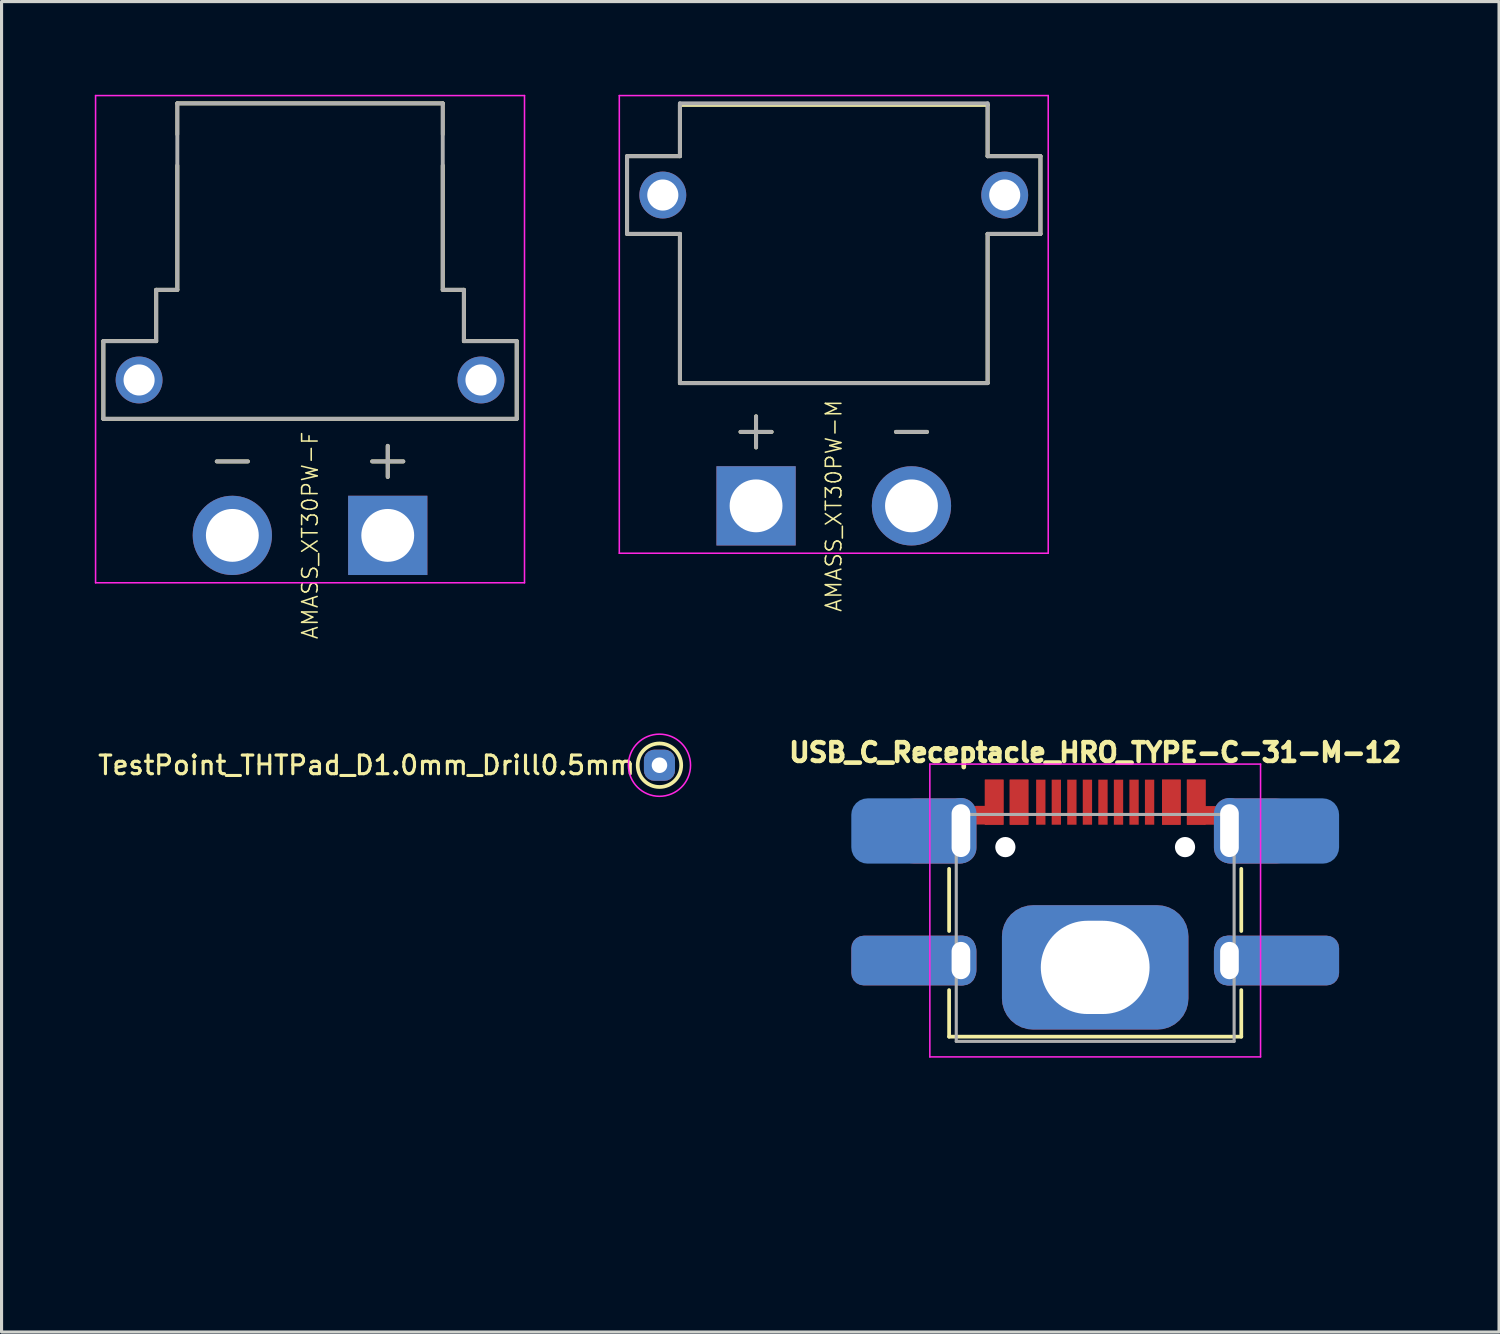
<source format=kicad_pcb>
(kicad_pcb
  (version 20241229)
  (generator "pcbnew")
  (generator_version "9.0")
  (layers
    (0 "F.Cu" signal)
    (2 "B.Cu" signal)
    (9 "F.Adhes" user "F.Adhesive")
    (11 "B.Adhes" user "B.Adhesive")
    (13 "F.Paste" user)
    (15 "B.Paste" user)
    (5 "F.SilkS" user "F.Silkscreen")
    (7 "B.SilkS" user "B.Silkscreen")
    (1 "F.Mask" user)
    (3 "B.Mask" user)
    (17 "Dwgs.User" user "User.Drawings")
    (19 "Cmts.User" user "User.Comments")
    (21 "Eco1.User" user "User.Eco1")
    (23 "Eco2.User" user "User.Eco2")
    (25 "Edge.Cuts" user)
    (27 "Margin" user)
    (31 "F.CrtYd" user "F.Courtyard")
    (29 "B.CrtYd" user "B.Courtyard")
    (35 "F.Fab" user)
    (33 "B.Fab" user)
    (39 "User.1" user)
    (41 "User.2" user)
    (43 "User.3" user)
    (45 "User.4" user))
  (footprint "TestPoint_THTPad_D1.0mm_Drill0.5mm"
    (layer "F.Cu")
    (at 18.167 21.57)
    (property "Reference" "TestPoint_THTPad_D1.0mm_Drill0.5mm" (at -0.73 0 0) (layer "F.SilkS") (effects (font (size 0.6 0.6) (thickness 0.1)) (justify right)))
    (attr exclude_from_pos_files exclude_from_bom)
    (fp_circle (center 0 0) (end 0 0.7) (stroke (width 0.12) (type solid)) (fill no) (layer "F.SilkS"))
    (fp_circle (center 0 0) (end 1 0) (stroke (width 0.05) (type solid)) (fill no) (layer "F.CrtYd"))
    (pad "1" thru_hole roundrect (at 0 0) (size 1 1) (drill 0.5) (layers "*.Cu" "*.Mask") (roundrect_rratio 0.33)))
  (footprint "USB_C_Receptacle_HRO_TYPE-C-31-M-12"
    (layer "F.Cu")
    (at 32.186 26.804)
    (property "Reference" "USB_C_Receptacle_HRO_TYPE-C-31-M-12" (at 0 -5.645 0) (layer "F.SilkS") (effects (font (size 0.6 0.6) (thickness 0.15))))
    (attr smd)
    (fp_line (start -4.7 -1.9) (end -4.7 0.1) (stroke (width 0.12) (type solid)) (layer "F.SilkS"))
    (fp_line (start -4.7 2) (end -4.7 3.5) (stroke (width 0.12) (type solid)) (layer "F.SilkS"))
    (fp_line (start -4.7 3.5) (end 4.7 3.5) (stroke (width 0.12) (type solid)) (layer "F.SilkS"))
    (fp_line (start 4.7 -1.9) (end 4.7 0.1) (stroke (width 0.12) (type solid)) (layer "F.SilkS"))
    (fp_line (start 4.7 2) (end 4.7 3.5) (stroke (width 0.12) (type solid)) (layer "F.SilkS"))
    (fp_line (start -5.32 -5.27) (end -5.32 4.15) (stroke (width 0.05) (type solid)) (layer "F.CrtYd"))
    (fp_line (start -5.32 -5.27) (end 5.32 -5.27) (stroke (width 0.05) (type solid)) (layer "F.CrtYd"))
    (fp_line (start -5.32 4.15) (end 5.32 4.15) (stroke (width 0.05) (type solid)) (layer "F.CrtYd"))
    (fp_line (start 5.32 -5.27) (end 5.32 4.15) (stroke (width 0.05) (type solid)) (layer "F.CrtYd"))
    (fp_line (start -4.47 -3.65) (end -4.47 3.65) (stroke (width 0.1) (type solid)) (layer "F.Fab"))
    (fp_line (start -4.47 -3.65) (end 4.47 -3.65) (stroke (width 0.1) (type solid)) (layer "F.Fab"))
    (fp_line (start -4.47 3.65) (end 4.47 3.65) (stroke (width 0.1) (type solid)) (layer "F.Fab"))
    (fp_line (start 4.47 -3.65) (end 4.47 3.65) (stroke (width 0.1) (type solid)) (layer "F.Fab"))
    (fp_line (start -7.5 3.6) (end -2.5 8.6) (stroke (width 0.12) (type solid)) (layer "User.1"))
    (fp_line (start 0 -6.086) (end 0 7.884) (stroke (width 0.12) (type solid)) (layer "User.1"))
    (fp_line (start 8 3.6) (end -7.5 3.6) (stroke (width 0.12) (type solid)) (layer "User.1"))
    (fp_text user "Board Edge" (at -4 6.1 315) (unlocked yes) (layer "User.1") (effects (font (size 0.6 0.6) (thickness 0.1))))
    (fp_text user "CL" (at 0 6.614 270) (unlocked yes) (layer "User.1") (effects (font (size 0.6 0.6) (thickness 0.1))))
    (fp_text user "V 3.6" (at 0 9.154 180) (unlocked yes) (layer "User.1") (effects (font (size 1 1) (thickness 0.15))))
    (pad "A1" smd rect (at -3.25 -4.045) (size 0.6 1.45) (layers "F.Cu" "F.Mask" "F.Paste"))
    (pad "A4" smd rect (at -2.45 -4.045) (size 0.6 1.45) (layers "F.Cu" "F.Mask" "F.Paste"))
    (pad "A5" smd rect (at -1.25 -4.045) (size 0.3 1.45) (layers "F.Cu" "F.Mask" "F.Paste"))
    (pad "A6" smd rect (at -0.25 -4.045) (size 0.3 1.45) (layers "F.Cu" "F.Mask" "F.Paste"))
    (pad "A7" smd rect (at 0.25 -4.045) (size 0.3 1.45) (layers "F.Cu" "F.Mask" "F.Paste"))
    (pad "A8" smd rect (at 1.25 -4.045) (size 0.3 1.45) (layers "F.Cu" "F.Mask" "F.Paste"))
    (pad "A9" smd rect (at 2.45 -4.045) (size 0.6 1.45) (layers "F.Cu" "F.Mask" "F.Paste"))
    (pad "A9" thru_hole circle (at 2.89 -2.6) (size 0.75 0.75) (drill 0.65) (layers "*.Cu" "*.Mask") (remove_unused_layers yes) (zone_layer_connections))
    (pad "A12" smd rect (at 3.25 -4.045) (size 0.6 1.45) (layers "F.Cu" "F.Mask" "F.Paste"))
    (pad "B1" smd rect (at 3.25 -4.045) (size 0.6 1.45) (layers "F.Cu" "F.Mask" "F.Paste"))
    (pad "B4" smd rect (at 2.45 -4.045) (size 0.6 1.45) (layers "F.Cu" "F.Mask" "F.Paste"))
    (pad "B5" smd rect (at 1.75 -4.045) (size 0.3 1.45) (layers "F.Cu" "F.Mask" "F.Paste"))
    (pad "B6" smd rect (at 0.75 -4.045) (size 0.3 1.45) (layers "F.Cu" "F.Mask" "F.Paste"))
    (pad "B7" smd rect (at -0.75 -4.045) (size 0.3 1.45) (layers "F.Cu" "F.Mask" "F.Paste"))
    (pad "B8" smd rect (at -1.75 -4.045) (size 0.3 1.45) (layers "F.Cu" "F.Mask" "F.Paste"))
    (pad "B9" thru_hole circle (at -2.89 -2.6) (size 0.75 0.75) (drill 0.65) (layers "*.Cu" "*.Mask") (remove_unused_layers yes) (zone_layer_connections))
    (pad "B9" smd rect (at -2.45 -4.045) (size 0.6 1.45) (layers "F.Cu" "F.Mask" "F.Paste"))
    (pad "B12" smd rect (at -3.25 -4.045) (size 0.6 1.45) (layers "F.Cu" "F.Mask" "F.Paste"))
    (pad "S1" smd roundrect (at -5.847 -3.118) (size 4 2.1) (layers "B.Cu" "B.Mask" "B.Paste") (roundrect_rratio 0.25))
    (pad "S1" smd roundrect (at -5.847 1.05) (size 4 1.6) (layers "F.Cu" "F.Mask" "F.Paste") (roundrect_rratio 0.25))
    (pad "S1" smd roundrect (at -5.847 1.05) (size 4 1.6) (layers "B.Cu" "B.Mask" "B.Paste") (roundrect_rratio 0.25))
    (pad "S1" smd roundrect (at -5.097 -3.118) (size 2.5 2.1) (layers "F.Cu" "F.Mask" "F.Paste") (roundrect_rratio 0.25))
    (pad "S1" thru_hole oval (at -4.32 -3.13) (size 1 2.1) (drill oval 0.6 1.7) (layers "*.Cu" "*.Mask"))
    (pad "S1" thru_hole oval (at -4.32 1.05) (size 1 1.6) (drill oval 0.6 1.2) (layers "*.Cu" "*.Mask"))
    (pad "S1" smd roundrect (at -3.679 -3.626) (size 0.6 0.6) (layers "F.Cu" "F.Mask" "F.Paste") (roundrect_rratio 0.25))
    (pad "S1" thru_hole roundrect (at 0 1.27 180) (size 6 4) (drill oval 3.5 3) (layers "*.Cu" "*.Mask") (roundrect_rratio 0.25))
    (pad "S1" smd roundrect (at 3.707 -3.62) (size 0.6 0.6) (layers "F.Cu" "F.Mask" "F.Paste") (roundrect_rratio 0.25))
    (pad "S1" thru_hole oval (at 4.32 -3.13) (size 1 2.1) (drill oval 0.6 1.7) (layers "*.Cu" "*.Mask"))
    (pad "S1" thru_hole oval (at 4.32 1.05) (size 1 1.6) (drill oval 0.6 1.2) (layers "*.Cu" "*.Mask"))
    (pad "S1" smd roundrect (at 5.097 -3.118) (size 2.5 2.1) (layers "F.Cu" "F.Mask" "F.Paste") (roundrect_rratio 0.25))
    (pad "S1" smd roundrect (at 5.847 -3.118) (size 4 2.1) (layers "B.Cu" "B.Mask" "B.Paste") (roundrect_rratio 0.25))
    (pad "S1" smd roundrect (at 5.847 1.05) (size 4 1.6) (layers "F.Cu" "F.Mask" "F.Paste") (roundrect_rratio 0.25))
    (pad "S1" smd roundrect (at 5.847 1.05) (size 4 1.6) (layers "B.Cu" "B.Mask" "B.Paste") (roundrect_rratio 0.25)))
  (footprint "AMASS_XT30PW-M"
    (layer "F.Cu")
    (at 23.775 3.225)
    (property "Reference" "AMASS_XT30PW-M" (at 0 10 90) (layer "F.SilkS") (effects (font (size 0.5 0.5) (thickness 0.05))))
    (attr through_hole)
    (fp_line (start -6.65 -1.25) (end -4.95 -1.25) (stroke (width 0.127) (type solid)) (layer "F.SilkS"))
    (fp_line (start -6.65 1.25) (end -6.65 -1.25) (stroke (width 0.127) (type solid)) (layer "F.SilkS"))
    (fp_line (start -4.95 -2.9) (end 4.95 -2.9) (stroke (width 0.127) (type solid)) (layer "F.SilkS"))
    (fp_line (start -4.95 -1.25) (end -4.95 -2.9) (stroke (width 0.127) (type solid)) (layer "F.SilkS"))
    (fp_line (start -4.95 1.25) (end -6.65 1.25) (stroke (width 0.127) (type solid)) (layer "F.SilkS"))
    (fp_line (start -4.95 6.05) (end -4.95 1.25) (stroke (width 0.127) (type solid)) (layer "F.SilkS"))
    (fp_line (start -3 7.62) (end -2 7.62) (stroke (width 0.127) (type solid)) (layer "F.SilkS"))
    (fp_line (start -2.5 8.12) (end -2.5 7.12) (stroke (width 0.127) (type solid)) (layer "F.SilkS"))
    (fp_line (start 2 7.62) (end 3 7.62) (stroke (width 0.127) (type solid)) (layer "F.SilkS"))
    (fp_line (start 4.95 -2.9) (end 4.95 -1.25) (stroke (width 0.127) (type solid)) (layer "F.SilkS"))
    (fp_line (start 4.95 -1.25) (end 6.65 -1.25) (stroke (width 0.127) (type solid)) (layer "F.SilkS"))
    (fp_line (start 4.95 1.25) (end 4.95 6.05) (stroke (width 0.127) (type solid)) (layer "F.SilkS"))
    (fp_line (start 4.95 6.05) (end -4.95 6.05) (stroke (width 0.127) (type solid)) (layer "F.SilkS"))
    (fp_line (start 6.65 -1.25) (end 6.65 1.25) (stroke (width 0.127) (type solid)) (layer "F.SilkS"))
    (fp_line (start 6.65 1.25) (end 4.95 1.25) (stroke (width 0.127) (type solid)) (layer "F.SilkS"))
    (fp_line (start -6.9 -3.2) (end -6.9 11.525) (stroke (width 0.05) (type solid)) (layer "F.CrtYd"))
    (fp_line (start -6.9 11.525) (end 6.9 11.525) (stroke (width 0.05) (type solid)) (layer "F.CrtYd"))
    (fp_line (start 6.9 -3.2) (end -6.9 -3.2) (stroke (width 0.05) (type solid)) (layer "F.CrtYd"))
    (fp_line (start 6.9 11.525) (end 6.9 -3.2) (stroke (width 0.05) (type solid)) (layer "F.CrtYd"))
    (fp_line (start -6.65 -1.25) (end -4.95 -1.25) (stroke (width 0.127) (type solid)) (layer "F.Fab"))
    (fp_line (start -6.65 1.25) (end -6.65 -1.25) (stroke (width 0.127) (type solid)) (layer "F.Fab"))
    (fp_line (start -4.95 -2.95) (end 4.95 -2.95) (stroke (width 0.127) (type solid)) (layer "F.Fab"))
    (fp_line (start -4.95 -1.25) (end -4.95 -2.95) (stroke (width 0.127) (type solid)) (layer "F.Fab"))
    (fp_line (start -4.95 1.25) (end -6.65 1.25) (stroke (width 0.127) (type solid)) (layer "F.Fab"))
    (fp_line (start -4.95 6.05) (end -4.95 1.25) (stroke (width 0.127) (type solid)) (layer "F.Fab"))
    (fp_line (start -3 7.62) (end -2 7.62) (stroke (width 0.127) (type solid)) (layer "F.Fab"))
    (fp_line (start -2.5 8.12) (end -2.5 7.12) (stroke (width 0.127) (type solid)) (layer "F.Fab"))
    (fp_line (start 2 7.62) (end 3 7.62) (stroke (width 0.127) (type solid)) (layer "F.Fab"))
    (fp_line (start 4.95 -2.95) (end 4.95 -1.25) (stroke (width 0.127) (type solid)) (layer "F.Fab"))
    (fp_line (start 4.95 -1.25) (end 6.65 -1.25) (stroke (width 0.127) (type solid)) (layer "F.Fab"))
    (fp_line (start 4.95 1.25) (end 4.95 6.05) (stroke (width 0.127) (type solid)) (layer "F.Fab"))
    (fp_line (start 4.95 6.05) (end -4.95 6.05) (stroke (width 0.127) (type solid)) (layer "F.Fab"))
    (fp_line (start 6.65 -1.25) (end 6.65 1.25) (stroke (width 0.127) (type solid)) (layer "F.Fab"))
    (fp_line (start 6.65 1.25) (end 4.95 1.25) (stroke (width 0.127) (type solid)) (layer "F.Fab"))
    (pad "1" thru_hole rect (at -2.5 10) (size 2.55 2.55) (drill 1.7) (layers "*.Cu" "*.Mask"))
    (pad "2" thru_hole circle (at 2.5 10) (size 2.55 2.55) (drill 1.7) (layers "*.Cu" "*.Mask"))
    (pad "3" thru_hole circle (at -5.5 0) (size 1.508 1.508) (drill 1) (layers "*.Cu" "*.Mask"))
    (pad "4" thru_hole circle (at 5.5 0) (size 1.508 1.508) (drill 1) (layers "*.Cu" "*.Mask")))
  (footprint "AMASS_XT30PW-F"
    (layer "F.Cu")
    (at 6.925 9.175)
    (property "Reference" "AMASS_XT30PW-F" (at 0 5 90) (layer "F.SilkS") (effects (font (size 0.5 0.5) (thickness 0.05))))
    (attr through_hole)
    (fp_line (start -6.65 -1.25) (end -4.95 -1.25) (stroke (width 0.127) (type solid)) (layer "F.SilkS"))
    (fp_line (start -6.65 1.25) (end -6.65 -1.25) (stroke (width 0.127) (type solid)) (layer "F.SilkS"))
    (fp_line (start -4.95 -2.9) (end -4.27 -2.9) (stroke (width 0.127) (type solid)) (layer "F.SilkS"))
    (fp_line (start -4.95 -1.25) (end -4.95 -2.9) (stroke (width 0.127) (type solid)) (layer "F.SilkS"))
    (fp_line (start -4.27 -8.9) (end -4.27 -7.9) (stroke (width 0.12) (type solid)) (layer "F.SilkS"))
    (fp_line (start -4.27 -8.9) (end 4.27 -8.9) (stroke (width 0.127) (type solid)) (layer "F.SilkS"))
    (fp_line (start -4.27 -2.9) (end -4.27 -6.9) (stroke (width 0.127) (type solid)) (layer "F.SilkS"))
    (fp_line (start -3 2.62) (end -2 2.62) (stroke (width 0.127) (type solid)) (layer "F.SilkS"))
    (fp_line (start 2 2.62) (end 3 2.62) (stroke (width 0.127) (type solid)) (layer "F.SilkS"))
    (fp_line (start 2.5 2.12) (end 2.5 3.12) (stroke (width 0.127) (type solid)) (layer "F.SilkS"))
    (fp_line (start 4.27 -8.9) (end 4.27 -7.9) (stroke (width 0.12) (type solid)) (layer "F.SilkS"))
    (fp_line (start 4.27 -2.9) (end 4.27 -6.9) (stroke (width 0.127) (type solid)) (layer "F.SilkS"))
    (fp_line (start 4.95 -2.9) (end 4.27 -2.9) (stroke (width 0.127) (type solid)) (layer "F.SilkS"))
    (fp_line (start 4.95 -1.25) (end 4.95 -2.9) (stroke (width 0.127) (type solid)) (layer "F.SilkS"))
    (fp_line (start 6.65 -1.25) (end 4.95 -1.25) (stroke (width 0.127) (type solid)) (layer "F.SilkS"))
    (fp_line (start 6.65 1.25) (end -6.65 1.25) (stroke (width 0.127) (type solid)) (layer "F.SilkS"))
    (fp_line (start 6.65 1.25) (end 6.65 -1.25) (stroke (width 0.127) (type solid)) (layer "F.SilkS"))
    (fp_line (start -6.9 -9.15) (end 6.9 -9.15) (stroke (width 0.05) (type solid)) (layer "F.CrtYd"))
    (fp_line (start -6.9 6.525) (end -6.9 -9.15) (stroke (width 0.05) (type solid)) (layer "F.CrtYd"))
    (fp_line (start 6.9 -9.15) (end 6.9 6.525) (stroke (width 0.05) (type solid)) (layer "F.CrtYd"))
    (fp_line (start 6.9 6.525) (end -6.9 6.525) (stroke (width 0.05) (type solid)) (layer "F.CrtYd"))
    (fp_line (start -6.65 -1.25) (end -4.95 -1.25) (stroke (width 0.127) (type solid)) (layer "F.Fab"))
    (fp_line (start -6.65 1.25) (end -6.65 -1.25) (stroke (width 0.127) (type solid)) (layer "F.Fab"))
    (fp_line (start -4.95 -2.9) (end -4.27 -2.9) (stroke (width 0.127) (type solid)) (layer "F.Fab"))
    (fp_line (start -4.95 -1.25) (end -4.95 -2.9) (stroke (width 0.127) (type solid)) (layer "F.Fab"))
    (fp_line (start -4.27 -8.9) (end 4.27 -8.9) (stroke (width 0.127) (type solid)) (layer "F.Fab"))
    (fp_line (start -4.27 -2.9) (end -4.27 -8.9) (stroke (width 0.127) (type solid)) (layer "F.Fab"))
    (fp_line (start -3 2.62) (end -2 2.62) (stroke (width 0.127) (type solid)) (layer "F.Fab"))
    (fp_line (start 2 2.62) (end 3 2.62) (stroke (width 0.127) (type solid)) (layer "F.Fab"))
    (fp_line (start 2.5 2.12) (end 2.5 3.12) (stroke (width 0.127) (type solid)) (layer "F.Fab"))
    (fp_line (start 4.27 -2.9) (end 4.27 -8.9) (stroke (width 0.127) (type solid)) (layer "F.Fab"))
    (fp_line (start 4.95 -2.9) (end 4.27 -2.9) (stroke (width 0.127) (type solid)) (layer "F.Fab"))
    (fp_line (start 4.95 -1.25) (end 4.95 -2.9) (stroke (width 0.127) (type solid)) (layer "F.Fab"))
    (fp_line (start 6.65 -1.25) (end 4.95 -1.25) (stroke (width 0.127) (type solid)) (layer "F.Fab"))
    (fp_line (start 6.65 1.25) (end -6.65 1.25) (stroke (width 0.127) (type solid)) (layer "F.Fab"))
    (fp_line (start 6.65 1.25) (end 6.65 -1.25) (stroke (width 0.127) (type solid)) (layer "F.Fab"))
    (pad "1" thru_hole rect (at 2.5 5) (size 2.55 2.55) (drill 1.7) (layers "*.Cu" "*.Mask"))
    (pad "2" thru_hole circle (at -2.5 5) (size 2.55 2.55) (drill 1.7) (layers "*.Cu" "*.Mask"))
    (pad "3" thru_hole circle (at -5.5 0) (size 1.508 1.508) (drill 1) (layers "*.Cu" "*.Mask"))
    (pad "4" thru_hole circle (at 5.5 0) (size 1.508 1.508) (drill 1) (layers "*.Cu" "*.Mask")))
  (gr_rect
    (start -3 -3)
    (end 45.179 39.806)
    (stroke (width 0.1) (type default))
    (fill no)
    (layer "Edge.Cuts")))
</source>
